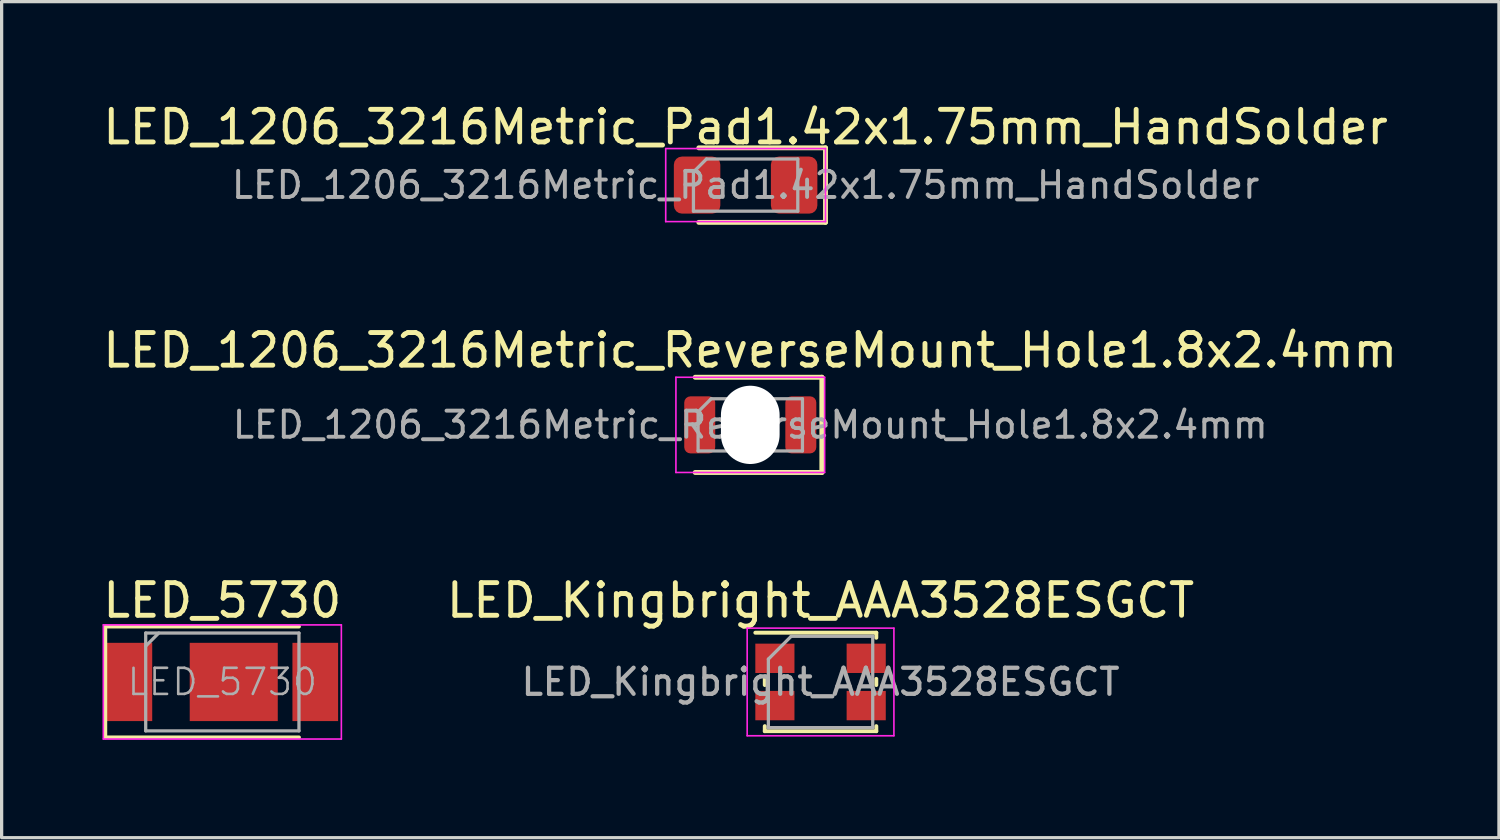
<source format=kicad_pcb>
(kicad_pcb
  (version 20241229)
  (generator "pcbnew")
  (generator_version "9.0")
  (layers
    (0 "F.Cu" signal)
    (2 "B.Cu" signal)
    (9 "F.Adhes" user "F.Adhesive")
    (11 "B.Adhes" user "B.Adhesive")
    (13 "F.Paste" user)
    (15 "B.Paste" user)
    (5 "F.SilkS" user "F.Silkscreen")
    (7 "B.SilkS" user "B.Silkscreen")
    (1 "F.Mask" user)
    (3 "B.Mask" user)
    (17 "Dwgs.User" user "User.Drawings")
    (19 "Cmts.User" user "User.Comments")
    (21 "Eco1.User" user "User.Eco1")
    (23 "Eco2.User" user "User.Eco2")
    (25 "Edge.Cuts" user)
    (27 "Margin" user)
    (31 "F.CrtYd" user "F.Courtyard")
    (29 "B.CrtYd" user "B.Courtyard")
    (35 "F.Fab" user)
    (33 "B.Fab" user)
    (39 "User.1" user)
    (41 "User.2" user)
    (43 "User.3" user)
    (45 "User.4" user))
  (footprint "LED_Kingbright_AAA3528ESGCT"
    (layer "F.Cu")
    (at 22.113 17.863)
    (property "Reference" "LED_Kingbright_AAA3528ESGCT" (at 0 -2.5 0) (layer "F.SilkS") (effects (font (size 1 1) (thickness 0.15))))
    (attr smd)
    (fp_line (start -2 -1.51) (end 1.71 -1.51) (stroke (width 0.12) (type solid)) (layer "F.SilkS"))
    (fp_line (start -1.71 -0.095) (end -1.71 0.095) (stroke (width 0.12) (type solid)) (layer "F.SilkS"))
    (fp_line (start -1.71 1.355) (end -1.71 1.51) (stroke (width 0.12) (type solid)) (layer "F.SilkS"))
    (fp_line (start -1.71 1.51) (end 1.71 1.51) (stroke (width 0.12) (type solid)) (layer "F.SilkS"))
    (fp_line (start 1.71 -1.355) (end 1.71 -1.51) (stroke (width 0.12) (type solid)) (layer "F.SilkS"))
    (fp_line (start 1.71 -0.095) (end 1.71 0.095) (stroke (width 0.12) (type solid)) (layer "F.SilkS"))
    (fp_line (start 1.71 1.355) (end 1.71 1.51) (stroke (width 0.12) (type solid)) (layer "F.SilkS"))
    (fp_line (start -2.25 -1.65) (end -2.25 1.65) (stroke (width 0.05) (type solid)) (layer "F.CrtYd"))
    (fp_line (start -2.25 -1.65) (end 2.25 -1.65) (stroke (width 0.05) (type solid)) (layer "F.CrtYd"))
    (fp_line (start -2.25 1.65) (end 2.25 1.65) (stroke (width 0.05) (type solid)) (layer "F.CrtYd"))
    (fp_line (start 2.25 -1.65) (end 2.25 1.65) (stroke (width 0.05) (type solid)) (layer "F.CrtYd"))
    (fp_line (start -1.6 1.4) (end -1.6 -0.7) (stroke (width 0.1) (type solid)) (layer "F.Fab"))
    (fp_line (start -0.9 -1.4) (end -1.6 -0.7) (stroke (width 0.1) (type solid)) (layer "F.Fab"))
    (fp_line (start -0.9 -1.4) (end 1.6 -1.4) (stroke (width 0.1) (type solid)) (layer "F.Fab"))
    (fp_line (start 1.6 -1.4) (end 1.6 1.4) (stroke (width 0.1) (type solid)) (layer "F.Fab"))
    (fp_line (start 1.6 1.4) (end -1.6 1.4) (stroke (width 0.1) (type solid)) (layer "F.Fab"))
    (fp_text user "${REFERENCE}" (at 0 0 0) (layer "F.Fab") (effects (font (size 0.8 0.8) (thickness 0.13))))
    (pad "1" smd rect (at -1.4 -0.725) (size 1.2 0.9) (layers "F.Cu" "F.Mask" "F.Paste"))
    (pad "2" smd rect (at 1.4 -0.725) (size 1.2 0.9) (layers "F.Cu" "F.Mask" "F.Paste"))
    (pad "3" smd rect (at 1.4 0.725) (size 1.2 0.9) (layers "F.Cu" "F.Mask" "F.Paste"))
    (pad "4" smd rect (at -1.4 0.725) (size 1.2 0.9) (layers "F.Cu" "F.Mask" "F.Paste")))
  (footprint "LED_1206_3216Metric_Pad1.42x1.75mm_HandSolder"
    (layer "F.Cu")
    (at 19.815 2.626)
    (property "Reference" "LED_1206_3216Metric_Pad1.42x1.75mm_HandSolder" (at 0 -1.778 0) (layer "F.SilkS") (effects (font (size 1 1) (thickness 0.15))))
    (attr smd)
    (fp_line (start -1.435 1.143) (end 2.45 1.143) (stroke (width 0.15) (type solid)) (layer "F.SilkS"))
    (fp_line (start 2.45 -1.143) (end -1.435 -1.143) (stroke (width 0.15) (type solid)) (layer "F.SilkS"))
    (fp_line (start 2.45 1.143) (end 2.45 -1.143) (stroke (width 0.15) (type solid)) (layer "F.SilkS"))
    (fp_line (start -2.45 -1.12) (end 2.45 -1.12) (stroke (width 0.05) (type solid)) (layer "F.CrtYd"))
    (fp_line (start -2.45 1.12) (end -2.45 -1.12) (stroke (width 0.05) (type solid)) (layer "F.CrtYd"))
    (fp_line (start 2.45 -1.12) (end 2.45 1.12) (stroke (width 0.05) (type solid)) (layer "F.CrtYd"))
    (fp_line (start 2.45 1.12) (end -2.45 1.12) (stroke (width 0.05) (type solid)) (layer "F.CrtYd"))
    (fp_line (start -1.6 -0.4) (end -1.6 0.8) (stroke (width 0.1) (type solid)) (layer "F.Fab"))
    (fp_line (start -1.6 0.8) (end 1.6 0.8) (stroke (width 0.1) (type solid)) (layer "F.Fab"))
    (fp_line (start -1.2 -0.8) (end -1.6 -0.4) (stroke (width 0.1) (type solid)) (layer "F.Fab"))
    (fp_line (start 1.6 -0.8) (end -1.2 -0.8) (stroke (width 0.1) (type solid)) (layer "F.Fab"))
    (fp_line (start 1.6 0.8) (end 1.6 -0.8) (stroke (width 0.1) (type solid)) (layer "F.Fab"))
    (fp_text user "${REFERENCE}" (at 0 0 0) (layer "F.Fab") (effects (font (size 0.8 0.8) (thickness 0.12))))
    (pad "1" smd roundrect (at -1.488 0) (size 1.425 1.75) (layers "F.Cu" "F.Mask" "F.Paste") (roundrect_rratio 0.175))
    (pad "2" smd roundrect (at 1.488 0) (size 1.425 1.75) (layers "F.Cu" "F.Mask" "F.Paste") (roundrect_rratio 0.175)))
  (footprint "LED_5730"
    (layer "F.Cu")
    (at 3.768 17.913)
    (property "Reference" "LED_5730" (at 0 -2.55 0) (layer "F.SilkS") (effects (font (size 1 1) (thickness 0.15))))
    (attr through_hole)
    (fp_line (start -3.59 -1.75) (end 2.35 -1.75) (stroke (width 0.12) (type solid)) (layer "F.SilkS"))
    (fp_line (start -3.59 1.65) (end -3.59 -1.75) (stroke (width 0.12) (type solid)) (layer "F.SilkS"))
    (fp_line (start 2.35 1.65) (end -3.59 1.65) (stroke (width 0.12) (type solid)) (layer "F.SilkS"))
    (fp_line (start -3.65 -1.8) (end 3.65 -1.8) (stroke (width 0.05) (type solid)) (layer "F.CrtYd"))
    (fp_line (start -3.65 1.7) (end -3.65 -1.8) (stroke (width 0.05) (type solid)) (layer "F.CrtYd"))
    (fp_line (start 3.65 -1.8) (end 3.65 1.7) (stroke (width 0.05) (type solid)) (layer "F.CrtYd"))
    (fp_line (start 3.65 1.7) (end -3.65 1.7) (stroke (width 0.05) (type solid)) (layer "F.CrtYd"))
    (fp_line (start -2.35 -1.55) (end 2.35 -1.55) (stroke (width 0.1) (type solid)) (layer "F.Fab"))
    (fp_line (start -2.35 -1.15) (end -1.95 -1.55) (stroke (width 0.1) (type solid)) (layer "F.Fab"))
    (fp_line (start -2.35 1.45) (end -2.35 -1.55) (stroke (width 0.1) (type solid)) (layer "F.Fab"))
    (fp_line (start 2.35 -1.55) (end 2.35 1.45) (stroke (width 0.1) (type solid)) (layer "F.Fab"))
    (fp_line (start 2.35 1.45) (end -2.35 1.45) (stroke (width 0.1) (type solid)) (layer "F.Fab"))
    (fp_text user "${REFERENCE}" (at 0 -0.05 0) (layer "F.Fab") (effects (font (size 0.8 0.8) (thickness 0.08))))
    (pad "1" smd rect (at 0.35 -0.05) (size 2.7 2.4) (layers "F.Cu" "F.Mask" "F.Paste"))
    (pad "1" smd rect (at 2.85 -0.05) (size 1.4 2.4) (layers "F.Cu" "F.Mask" "F.Paste"))
    (pad "2" smd rect (at -2.85 -0.05) (size 1.4 2.4) (layers "F.Cu" "F.Mask" "F.Paste")))
  (footprint "LED_1206_3216Metric_ReverseMount_Hole1.8x2.4mm"
    (layer "F.Cu")
    (at 19.958 9.979)
    (property "Reference" "LED_1206_3216Metric_ReverseMount_Hole1.8x2.4mm" (at 0 -2.286 0) (layer "F.SilkS") (effects (font (size 1 1) (thickness 0.15))))
    (attr smd)
    (fp_line (start -1.688 1.46) (end 2.196 1.46) (stroke (width 0.152) (type solid)) (layer "F.SilkS"))
    (fp_line (start 2.196 -1.46) (end -1.688 -1.46) (stroke (width 0.152) (type solid)) (layer "F.SilkS"))
    (fp_line (start 2.196 1.46) (end 2.196 -1.46) (stroke (width 0.152) (type solid)) (layer "F.SilkS"))
    (fp_line (start -2.28 -1.46) (end 2.28 -1.46) (stroke (width 0.05) (type solid)) (layer "F.CrtYd"))
    (fp_line (start -2.28 1.46) (end -2.28 -1.46) (stroke (width 0.05) (type solid)) (layer "F.CrtYd"))
    (fp_line (start 2.28 -1.46) (end 2.28 1.46) (stroke (width 0.05) (type solid)) (layer "F.CrtYd"))
    (fp_line (start 2.28 1.46) (end -2.28 1.46) (stroke (width 0.05) (type solid)) (layer "F.CrtYd"))
    (fp_line (start -1.6 -0.4) (end -1.6 0.8) (stroke (width 0.1) (type solid)) (layer "F.Fab"))
    (fp_line (start -1.6 0.8) (end 1.6 0.8) (stroke (width 0.1) (type solid)) (layer "F.Fab"))
    (fp_line (start -1.2 -0.8) (end -1.6 -0.4) (stroke (width 0.1) (type solid)) (layer "F.Fab"))
    (fp_line (start 1.6 -0.8) (end -1.2 -0.8) (stroke (width 0.1) (type solid)) (layer "F.Fab"))
    (fp_line (start 1.6 0.8) (end 1.6 -0.8) (stroke (width 0.1) (type solid)) (layer "F.Fab"))
    (fp_text user "${REFERENCE}" (at 0 0 0) (layer "F.Fab") (effects (font (size 0.8 0.8) (thickness 0.12))))
    (pad "" np_thru_hole oval (at 0 0) (size 1.8 2.4) (drill oval 1.8 2.4) (layers "*.Cu" "*.Mask"))
    (pad "1" smd roundrect (at -1.55 0) (size 0.95 1.75) (layers "F.Cu" "F.Mask" "F.Paste") (roundrect_rratio 0.2))
    (pad "2" smd roundrect (at 1.55 0) (size 0.95 1.75) (layers "F.Cu" "F.Mask" "F.Paste") (roundrect_rratio 0.2)))
  (gr_rect
    (start -3 -3)
    (end 42.917 22.638)
    (stroke (width 0.1) (type default))
    (fill no)
    (layer "Edge.Cuts")))
</source>
